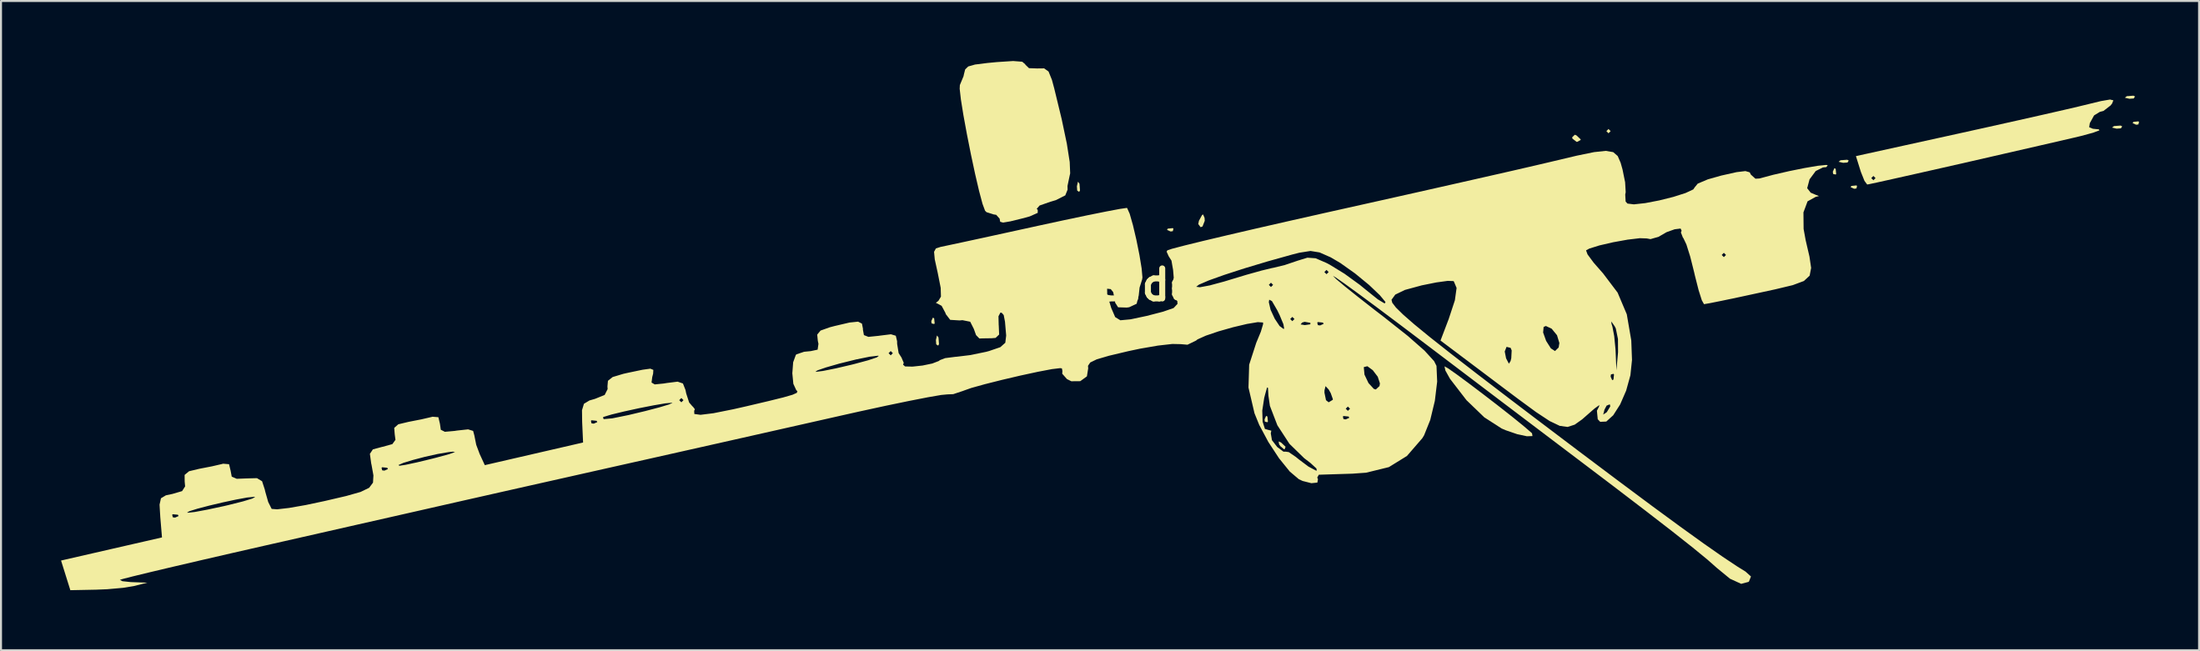
<source format=kicad_pcb>
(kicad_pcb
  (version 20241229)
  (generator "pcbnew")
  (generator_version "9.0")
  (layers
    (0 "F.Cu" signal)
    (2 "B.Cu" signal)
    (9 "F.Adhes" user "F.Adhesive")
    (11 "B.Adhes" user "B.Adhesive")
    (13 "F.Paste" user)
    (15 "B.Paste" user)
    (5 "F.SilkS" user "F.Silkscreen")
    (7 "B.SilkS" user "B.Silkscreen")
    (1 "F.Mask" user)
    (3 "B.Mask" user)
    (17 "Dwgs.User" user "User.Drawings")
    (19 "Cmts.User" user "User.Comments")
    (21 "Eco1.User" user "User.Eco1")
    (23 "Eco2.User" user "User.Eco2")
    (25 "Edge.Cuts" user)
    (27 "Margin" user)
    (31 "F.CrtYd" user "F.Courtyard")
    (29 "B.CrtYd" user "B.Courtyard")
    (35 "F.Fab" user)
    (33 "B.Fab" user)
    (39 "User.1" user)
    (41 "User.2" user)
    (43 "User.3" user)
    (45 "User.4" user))
  (footprint "TE_Side"
    (layer "F.Cu")
    (at 52.44 11.188)
    (property "Reference" "TE_Side" (at 0 0 0) (layer "F.SilkS") (effects (font (size 1.5 1.5) (thickness 0.3))))
    (attr board_only exclude_from_pos_files exclude_from_bom)
    (fp_poly (pts (xy 24.973 -7.684) (xy 24.866 -7.577) (xy 24.76 -7.684) (xy 24.866 -7.791)) (stroke (width 0) (type solid)) (fill yes) (layer "F.SilkS"))
    (fp_poly (pts (xy -8.822 1.672) (xy -8.797 1.925) (xy -8.822 1.957) (xy -8.949 1.927) (xy -8.965 1.814) (xy -8.887 1.639)) (stroke (width 0) (type solid)) (fill yes) (layer "F.SilkS"))
    (fp_poly (pts (xy -8.605 2.628) (xy -8.58 2.962) (xy -8.622 3.037) (xy -8.719 2.973) (xy -8.734 2.757) (xy -8.682 2.529)) (stroke (width 0) (type solid)) (fill yes) (layer "F.SilkS"))
    (fp_poly (pts (xy -1.562 -5.056) (xy -1.536 -4.722) (xy -1.579 -4.647) (xy -1.676 -4.711) (xy -1.691 -4.927) (xy -1.639 -5.155)) (stroke (width 0) (type solid)) (fill yes) (layer "F.SilkS"))
    (fp_poly (pts (xy 3.131 -2.81) (xy 3.101 -2.683) (xy 2.988 -2.668) (xy 2.813 -2.746) (xy 2.846 -2.81) (xy 3.099 -2.836)) (stroke (width 0) (type solid)) (fill yes) (layer "F.SilkS"))
    (fp_poly (pts (xy 7.826 6.581) (xy 7.852 6.835) (xy 7.826 6.866) (xy 7.699 6.837) (xy 7.684 6.724) (xy 7.762 6.548)) (stroke (width 0) (type solid)) (fill yes) (layer "F.SilkS"))
    (fp_poly (pts (xy 36.215 -5.799) (xy 36.24 -5.545) (xy 36.215 -5.514) (xy 36.088 -5.543) (xy 36.072 -5.656) (xy 36.15 -5.832)) (stroke (width 0) (type solid)) (fill yes) (layer "F.SilkS"))
    (fp_poly (pts (xy 36.868 -6.212) (xy 36.805 -6.115) (xy 36.588 -6.1) (xy 36.36 -6.152) (xy 36.459 -6.229) (xy 36.793 -6.254)) (stroke (width 0) (type solid)) (fill yes) (layer "F.SilkS"))
    (fp_poly (pts (xy 37.282 -4.945) (xy 37.252 -4.818) (xy 37.139 -4.803) (xy 36.964 -4.881) (xy 36.997 -4.945) (xy 37.251 -4.97)) (stroke (width 0) (type solid)) (fill yes) (layer "F.SilkS"))
    (fp_poly (pts (xy 50.529 -7.92) (xy 50.465 -7.823) (xy 50.249 -7.808) (xy 50.021 -7.86) (xy 50.12 -7.937) (xy 50.453 -7.962)) (stroke (width 0) (type solid)) (fill yes) (layer "F.SilkS"))
    (fp_poly (pts (xy 51.169 -9.414) (xy 51.105 -9.317) (xy 50.889 -9.302) (xy 50.661 -9.354) (xy 50.76 -9.431) (xy 51.094 -9.456)) (stroke (width 0) (type solid)) (fill yes) (layer "F.SilkS"))
    (fp_poly (pts (xy 51.369 -8.146) (xy 51.34 -8.02) (xy 51.227 -8.004) (xy 51.051 -8.082) (xy 51.085 -8.146) (xy 51.338 -8.172)) (stroke (width 0) (type solid)) (fill yes) (layer "F.SilkS"))
    (fp_poly (pts (xy 8.505 7.877) (xy 8.734 8.092) (xy 8.687 8.216) (xy 8.657 8.218) (xy 8.477 8.066) (xy 8.411 7.971) (xy 8.386 7.825)) (stroke (width 0) (type solid)) (fill yes) (layer "F.SilkS"))
    (fp_poly (pts (xy 4.687 -3.348) (xy 4.696 -3.202) (xy 4.584 -2.918) (xy 4.489 -2.882) (xy 4.372 -3.038) (xy 4.405 -3.202) (xy 4.557 -3.483) (xy 4.612 -3.522)) (stroke (width 0) (type solid)) (fill yes) (layer "F.SilkS"))
    (fp_poly (pts (xy 23.266 -7.471) (xy 23.469 -7.279) (xy 23.479 -7.245) (xy 23.314 -7.153) (xy 23.266 -7.15) (xy 23.06 -7.315) (xy 23.052 -7.376) (xy 23.183 -7.504)) (stroke (width 0) (type solid)) (fill yes) (layer "F.SilkS"))
    (fp_poly (pts (xy 16.852 4.172) (xy 17.289 4.479) (xy 17.905 4.935) (xy 18.625 5.48) (xy 19.372 6.056) (xy 20.069 6.604) (xy 20.638 7.066) (xy 21.005 7.381) (xy 21.046 7.421) (xy 21.068 7.558) (xy 20.789 7.567) (xy 20.31 7.465) (xy 19.732 7.267) (xy 19.528 7.179) (xy 18.664 6.624) (xy 17.771 5.764) (xy 16.954 4.703) (xy 16.94 4.682) (xy 16.718 4.283) (xy 16.673 4.072) (xy 16.673 4.072)) (stroke (width 0) (type solid)) (fill yes) (layer "F.SilkS"))
    (fp_poly (pts (xy 50.088 -9.223) (xy 50.023 -9.062) (xy 49.946 -8.965) (xy 49.595 -8.694) (xy 49.409 -8.645) (xy 49.124 -8.469) (xy 48.912 -8.084) (xy 48.879 -7.88) (xy 49.061 -7.803) (xy 49.359 -7.773) (xy 49.393 -7.723) (xy 49.073 -7.604) (xy 48.464 -7.439) (xy 48.132 -7.36) (xy 46.387 -6.957) (xy 44.674 -6.564) (xy 43.043 -6.19) (xy 41.544 -5.849) (xy 40.228 -5.552) (xy 39.146 -5.309) (xy 38.349 -5.132) (xy 37.885 -5.033) (xy 37.789 -5.016) (xy 37.654 -5.197) (xy 37.598 -5.336) (xy 37.993 -5.336) (xy 38.1 -5.229) (xy 38.207 -5.336) (xy 38.1 -5.443) (xy 37.993 -5.336) (xy 37.598 -5.336) (xy 37.476 -5.641) (xy 37.449 -5.725) (xy 37.227 -6.435) (xy 42.359 -7.564) (xy 43.855 -7.895) (xy 45.279 -8.213) (xy 46.556 -8.501) (xy 47.611 -8.742) (xy 48.369 -8.919) (xy 48.657 -8.989) (xy 49.465 -9.185) (xy 49.921 -9.263)) (stroke (width 0) (type solid)) (fill yes) (layer "F.SilkS"))
    (fp_poly (pts (xy -4.423 -11.153) (xy -4.27 -11.025) (xy -4.269 -11.008) (xy -4.084 -10.831) (xy -3.682 -10.817) (xy -3.327 -10.821) (xy -3.107 -10.663) (xy -2.938 -10.245) (xy -2.823 -9.818) (xy -2.454 -8.297) (xy -2.194 -7.059) (xy -2.05 -6.139) (xy -2.027 -5.574) (xy -2.054 -5.453) (xy -2.161 -4.944) (xy -2.156 -4.76) (xy -2.271 -4.473) (xy -2.734 -4.239) (xy -3.013 -4.155) (xy -3.554 -3.966) (xy -3.699 -3.8) (xy -3.648 -3.747) (xy -3.648 -3.599) (xy -4.044 -3.423) (xy -4.346 -3.338) (xy -5.02 -3.173) (xy -5.379 -3.113) (xy -5.523 -3.153) (xy -5.55 -3.293) (xy -5.55 -3.308) (xy -5.722 -3.5) (xy -5.857 -3.522) (xy -6.209 -3.634) (xy -6.28 -3.708) (xy -6.406 -4.048) (xy -6.578 -4.693) (xy -6.778 -5.551) (xy -6.987 -6.53) (xy -7.187 -7.536) (xy -7.36 -8.479) (xy -7.486 -9.264) (xy -7.547 -9.8) (xy -7.538 -9.987) (xy -7.355 -10.428) (xy -7.333 -10.532) (xy -7.273 -10.767) (xy -7.121 -10.916) (xy -6.782 -11.012) (xy -6.16 -11.09) (xy -5.687 -11.135) (xy -4.875 -11.188)) (stroke (width 0) (type solid)) (fill yes) (layer "F.SilkS"))
    (fp_poly (pts (xy 25.101 -6.634) (xy 25.326 -6.439) (xy 25.472 -6.104) (xy 25.566 -5.772) (xy 25.696 -5.132) (xy 25.725 -4.635) (xy 25.702 -4.513) (xy 25.722 -4.163) (xy 25.815 -4.063) (xy 26.135 -4.024) (xy 26.702 -4.086) (xy 27.398 -4.22) (xy 28.107 -4.397) (xy 28.714 -4.59) (xy 29.1 -4.77) (xy 29.177 -4.88) (xy 29.324 -5.06) (xy 29.828 -5.273) (xy 30.501 -5.463) (xy 31.264 -5.634) (xy 31.707 -5.687) (xy 31.92 -5.625) (xy 31.981 -5.508) (xy 32.207 -5.306) (xy 32.408 -5.317) (xy 33.098 -5.502) (xy 33.89 -5.684) (xy 34.669 -5.841) (xy 35.323 -5.952) (xy 35.736 -5.994) (xy 35.819 -5.981) (xy 35.748 -5.886) (xy 35.582 -5.87) (xy 35.219 -5.691) (xy 34.91 -5.274) (xy 34.792 -4.832) (xy 34.968 -4.607) (xy 35.165 -4.523) (xy 35.38 -4.438) (xy 35.218 -4.399) (xy 34.811 -4.175) (xy 34.605 -3.622) (xy 34.613 -2.795) (xy 34.716 -2.23) (xy 34.905 -1.416) (xy 34.989 -0.847) (xy 34.915 -0.46) (xy 34.627 -0.193) (xy 34.071 0.014) (xy 33.193 0.224) (xy 32.39 0.398) (xy 31.386 0.615) (xy 30.537 0.793) (xy 29.928 0.915) (xy 29.644 0.964) (xy 29.637 0.965) (xy 29.528 0.77) (xy 29.366 0.259) (xy 29.182 -0.467) (xy 29.143 -0.636) (xy 28.948 -1.415) (xy 28.923 -1.494) (xy 30.523 -1.494) (xy 30.629 -1.387) (xy 30.736 -1.494) (xy 30.629 -1.601) (xy 30.523 -1.494) (xy 28.923 -1.494) (xy 28.757 -2.021) (xy 28.605 -2.34) (xy 28.585 -2.358) (xy 28.483 -2.618) (xy 28.518 -2.706) (xy 28.468 -2.815) (xy 28.171 -2.778) (xy 27.766 -2.633) (xy 27.393 -2.417) (xy 27.377 -2.405) (xy 26.963 -2.286) (xy 26.783 -2.32) (xy 26.433 -2.333) (xy 25.823 -2.26) (xy 25.1 -2.13) (xy 24.412 -1.971) (xy 23.906 -1.813) (xy 23.745 -1.725) (xy 23.819 -1.523) (xy 24.126 -1.108) (xy 24.595 -0.573) (xy 25.321 0.387) (xy 25.78 1.471) (xy 26.004 2.78) (xy 26.04 3.754) (xy 25.96 4.52) (xy 25.748 5.286) (xy 25.448 5.977) (xy 25.103 6.517) (xy 24.756 6.832) (xy 24.451 6.846) (xy 24.329 6.717) (xy 24.306 6.483) (xy 24.602 6.483) (xy 24.758 6.381) (xy 24.786 6.354) (xy 24.955 6.074) (xy 24.932 5.971) (xy 24.773 6.035) (xy 24.667 6.234) (xy 24.602 6.483) (xy 24.306 6.483) (xy 24.287 6.289) (xy 24.39 6.09) (xy 24.41 6.007) (xy 24.172 6.179) (xy 24.004 6.324) (xy 23.55 6.722) (xy 23.178 6.987) (xy 22.826 7.101) (xy 22.429 7.047) (xy 21.925 6.806) (xy 21.25 6.36) (xy 20.341 5.693) (xy 19.492 5.055) (xy 18.874 4.589) (xy 24.973 4.589) (xy 25.051 4.765) (xy 25.115 4.731) (xy 25.141 4.478) (xy 25.115 4.447) (xy 24.989 4.476) (xy 24.973 4.589) (xy 18.874 4.589) (xy 17.201 3.33) (xy 19.682 3.33) (xy 19.75 3.673) (xy 19.89 3.94) (xy 19.974 3.808) (xy 20.009 3.665) (xy 20.029 3.277) (xy 19.976 3.149) (xy 19.773 3.099) (xy 19.682 3.33) (xy 17.201 3.33) (xy 16.474 2.783) (xy 16.627 2.381) (xy 21.6 2.381) (xy 21.751 2.802) (xy 21.987 3.174) (xy 22.194 3.308) (xy 22.375 3.131) (xy 22.412 2.908) (xy 22.294 2.518) (xy 22.027 2.191) (xy 21.738 2.056) (xy 21.625 2.103) (xy 21.6 2.381) (xy 16.627 2.381) (xy 16.837 1.828) (xy 25.007 1.828) (xy 25.015 1.94) (xy 25.064 2.099) (xy 25.151 2.559) (xy 25.215 3.211) (xy 25.224 3.379) (xy 25.261 4.269) (xy 25.343 3.365) (xy 25.339 2.706) (xy 25.231 2.181) (xy 25.183 2.084) (xy 25.007 1.828) (xy 16.837 1.828) (xy 16.882 1.712) (xy 17.192 0.77) (xy 17.277 0.154) (xy 17.141 -0.171) (xy 17.115 -0.189) (xy 16.833 -0.199) (xy 16.262 -0.121) (xy 15.536 0.025) (xy 14.696 0.253) (xy 14.215 0.486) (xy 14.026 0.744) (xy 14.063 0.893) (xy 14.246 1.132) (xy 14.603 1.483) (xy 15.158 1.968) (xy 15.938 2.607) (xy 16.969 3.421) (xy 18.276 4.433) (xy 19.885 5.664) (xy 21.049 6.548) (xy 23.351 8.289) (xy 25.338 9.782) (xy 27.032 11.044) (xy 28.456 12.089) (xy 29.629 12.933) (xy 30.574 13.593) (xy 31.313 14.084) (xy 31.713 14.332) (xy 31.984 14.576) (xy 31.882 14.829) (xy 31.868 14.844) (xy 31.495 14.944) (xy 30.936 14.688) (xy 30.286 14.154) (xy 29.815 13.738) (xy 29.078 13.133) (xy 28.056 12.325) (xy 26.733 11.302) (xy 25.093 10.049) (xy 23.906 9.15) (xy 22.529 8.108) (xy 20.929 6.897) (xy 19.224 5.606) (xy 17.532 4.323) (xy 15.969 3.138) (xy 15.528 2.804) (xy 14.342 1.908) (xy 13.277 1.11) (xy 12.375 0.443) (xy 11.682 -0.061) (xy 11.242 -0.368) (xy 11.099 -0.45) (xy 11.26 -0.29) (xy 11.701 0.08) (xy 12.366 0.612) (xy 13.193 1.259) (xy 13.638 1.601) (xy 14.839 2.552) (xy 15.676 3.288) (xy 16.153 3.811) (xy 16.273 4.049) (xy 16.307 4.833) (xy 16.191 5.796) (xy 15.961 6.753) (xy 15.654 7.518) (xy 15.564 7.666) (xy 14.797 8.552) (xy 13.893 9.11) (xy 12.759 9.388) (xy 12.076 9.437) (xy 11.304 9.461) (xy 10.703 9.48) (xy 10.398 9.49) (xy 10.393 9.491) (xy 10.316 9.632) (xy 10.352 9.712) (xy 10.322 9.883) (xy 10.022 9.913) (xy 9.586 9.802) (xy 9.398 9.715) (xy 8.943 9.33) (xy 8.408 8.669) (xy 7.873 7.853) (xy 7.418 7.002) (xy 7.181 6.419) (xy 7.15 6.286) (xy 7.569 6.286) (xy 7.587 6.839) (xy 7.702 7.201) (xy 7.897 7.257) (xy 7.901 7.255) (xy 8.022 7.29) (xy 7.994 7.42) (xy 8.053 7.763) (xy 8.317 8.104) (xy 8.628 8.337) (xy 8.751 8.338) (xy 8.893 8.359) (xy 9.248 8.602) (xy 9.408 8.732) (xy 9.879 9.084) (xy 10.236 9.274) (xy 10.294 9.285) (xy 10.273 9.176) (xy 9.971 8.898) (xy 9.665 8.664) (xy 8.926 7.944) (xy 8.324 7.019) (xy 8.155 6.581) (xy 11.597 6.581) (xy 11.626 6.708) (xy 11.739 6.724) (xy 11.915 6.645) (xy 11.882 6.581) (xy 11.628 6.556) (xy 11.597 6.581) (xy 8.155 6.581) (xy 8.005 6.19) (xy 11.739 6.19) (xy 11.846 6.297) (xy 11.953 6.19) (xy 11.846 6.083) (xy 11.739 6.19) (xy 8.005 6.19) (xy 7.951 6.049) (xy 7.876 5.536) (xy 7.868 5.389) (xy 10.676 5.389) (xy 10.753 5.764) (xy 10.886 5.87) (xy 11.091 5.747) (xy 11.096 5.71) (xy 10.989 5.41) (xy 10.886 5.229) (xy 10.73 5.062) (xy 10.678 5.274) (xy 10.676 5.389) (xy 7.868 5.389) (xy 7.855 5.147) (xy 7.81 5.127) (xy 7.706 5.497) (xy 7.665 5.656) (xy 7.569 6.286) (xy 7.15 6.286) (xy 6.881 5.134) (xy 6.911 4.122) (xy 12.642 4.122) (xy 12.675 4.485) (xy 12.877 4.91) (xy 13.141 5.198) (xy 13.241 5.229) (xy 13.426 5.058) (xy 13.447 4.924) (xy 13.338 4.591) (xy 13.091 4.266) (xy 12.821 4.067) (xy 12.647 4.109) (xy 12.642 4.122) (xy 6.911 4.122) (xy 6.915 3.99) (xy 7.266 2.903) (xy 7.498 2.342) (xy 7.611 1.963) (xy 7.608 1.881) (xy 7.345 1.863) (xy 6.803 1.954) (xy 6.107 2.119) (xy 5.381 2.325) (xy 4.75 2.539) (xy 4.336 2.725) (xy 4.259 2.786) (xy 3.833 2.992) (xy 3.497 2.963) (xy 3.077 2.954) (xy 2.36 3.035) (xy 1.463 3.19) (xy 0.881 3.313) (xy -0.084 3.542) (xy -0.697 3.721) (xy -1.025 3.88) (xy -1.137 4.047) (xy -1.127 4.172) (xy -1.191 4.573) (xy -1.523 4.814) (xy -1.97 4.818) (xy -2.188 4.709) (xy -2.424 4.442) (xy -2.416 4.301) (xy -2.441 4.174) (xy -2.529 4.162) (xy -2.942 4.212) (xy -3.64 4.345) (xy -4.507 4.532) (xy -5.429 4.748) (xy -6.287 4.964) (xy -6.967 5.153) (xy -7.352 5.289) (xy -7.364 5.295) (xy -7.869 5.463) (xy -8.161 5.474) (xy -8.469 5.503) (xy -9.128 5.617) (xy -10.076 5.802) (xy -11.249 6.045) (xy -12.583 6.335) (xy -13.391 6.516) (xy -15.048 6.89) (xy -16.986 7.327) (xy -19.066 7.796) (xy -21.153 8.265) (xy -23.11 8.705) (xy -23.906 8.883) (xy -25.586 9.26) (xy -27.296 9.645) (xy -28.943 10.015) (xy -30.43 10.35) (xy -31.663 10.629) (xy -32.337 10.781) (xy -33.236 10.985) (xy -34.476 11.267) (xy -35.98 11.608) (xy -37.675 11.992) (xy -39.483 12.403) (xy -41.33 12.822) (xy -42.262 13.033) (xy -43.945 13.417) (xy -45.493 13.774) (xy -46.856 14.092) (xy -47.986 14.36) (xy -48.835 14.566) (xy -49.355 14.699) (xy -49.501 14.745) (xy -49.377 14.811) (xy -48.957 14.856) (xy -48.861 14.86) (xy -48.132 14.885) (xy -48.772 15.048) (xy -49.344 15.143) (xy -50.135 15.213) (xy -50.694 15.236) (xy -51.976 15.261) (xy -52.208 14.52) (xy -52.44 13.779) (xy -49.919 13.201) (xy -47.398 12.624) (xy -47.483 11.601) (xy -47.489 11.49) (xy -46.887 11.49) (xy -46.858 11.617) (xy -46.745 11.633) (xy -46.569 11.555) (xy -46.602 11.49) (xy -46.856 11.465) (xy -46.887 11.49) (xy -47.489 11.49) (xy -47.496 11.383) (xy -46.144 11.383) (xy -46.104 11.39) (xy -45.756 11.351) (xy -45.115 11.232) (xy -44.304 11.058) (xy -44.076 11.005) (xy -43.356 10.824) (xy -42.89 10.683) (xy -42.745 10.604) (xy -42.796 10.594) (xy -43.142 10.629) (xy -43.697 10.731) (xy -44.364 10.874) (xy -45.041 11.034) (xy -45.63 11.189) (xy -46.03 11.313) (xy -46.144 11.383) (xy -47.496 11.383) (xy -47.519 10.985) (xy -47.449 10.667) (xy -47.204 10.52) (xy -46.869 10.448) (xy -46.394 10.309) (xy -46.242 10.073) (xy -46.264 9.828) (xy -46.267 9.499) (xy -46.044 9.315) (xy -45.537 9.194) (xy -44.9 9.07) (xy -44.399 8.954) (xy -44.343 8.939) (xy -44.047 8.964) (xy -43.97 9.287) (xy -43.913 9.586) (xy -43.663 9.693) (xy -43.18 9.675) (xy -42.653 9.661) (xy -42.397 9.815) (xy -42.259 10.24) (xy -42.243 10.319) (xy -42.091 10.853) (xy -41.924 11.187) (xy -41.912 11.199) (xy -41.643 11.219) (xy -41.049 11.15) (xy -40.218 11.005) (xy -39.274 10.805) (xy -38.197 10.554) (xy -37.476 10.35) (xy -37.049 10.143) (xy -36.856 9.885) (xy -36.835 9.525) (xy -36.903 9.143) (xy -36.428 9.143) (xy -36.399 9.269) (xy -36.286 9.285) (xy -36.11 9.207) (xy -36.143 9.143) (xy -36.397 9.117) (xy -36.428 9.143) (xy -36.903 9.143) (xy -36.926 9.014) (xy -36.928 9.004) (xy -35.583 9.004) (xy -35.539 9.042) (xy -35.241 8.997) (xy -34.649 8.87) (xy -33.88 8.684) (xy -33.724 8.644) (xy -33.043 8.459) (xy -32.757 8.356) (xy -32.873 8.337) (xy -33.074 8.359) (xy -33.631 8.454) (xy -34.263 8.595) (xy -34.867 8.753) (xy -35.341 8.898) (xy -35.583 9.004) (xy -36.928 9.004) (xy -36.947 8.917) (xy -37.011 8.446) (xy -36.863 8.223) (xy -36.4 8.098) (xy -36.371 8.093) (xy -35.889 7.96) (xy -35.734 7.746) (xy -35.77 7.474) (xy -35.796 7.149) (xy -35.592 6.969) (xy -35.075 6.846) (xy -34.439 6.722) (xy -33.938 6.606) (xy -33.884 6.591) (xy -33.59 6.615) (xy -33.511 6.95) (xy -33.469 7.242) (xy -33.265 7.344) (xy -32.782 7.301) (xy -32.657 7.282) (xy -32.104 7.222) (xy -31.854 7.3) (xy -31.794 7.521) (xy -31.699 7.994) (xy -31.527 8.454) (xy -31.27 9.011) (xy -28.815 8.445) (xy -26.361 7.879) (xy -26.406 6.879) (xy -26.408 6.795) (xy -25.969 6.795) (xy -25.94 6.922) (xy -25.827 6.937) (xy -25.651 6.859) (xy -25.685 6.795) (xy -25.938 6.769) (xy -25.969 6.795) (xy -26.408 6.795) (xy -26.41 6.623) (xy -25.37 6.623) (xy -25.33 6.711) (xy -24.903 6.672) (xy -24.082 6.505) (xy -23.266 6.31) (xy -22.55 6.123) (xy -22.068 5.978) (xy -21.898 5.899) (xy -21.918 5.892) (xy -22.25 5.922) (xy -22.845 6.023) (xy -23.576 6.167) (xy -24.316 6.329) (xy -24.939 6.48) (xy -25.317 6.594) (xy -25.37 6.623) (xy -26.41 6.623) (xy -26.415 6.266) (xy -26.318 5.944) (xy -26.042 5.778) (xy -25.991 5.763) (xy -21.558 5.763) (xy -21.451 5.87) (xy -21.345 5.763) (xy -21.451 5.656) (xy -21.558 5.763) (xy -25.991 5.763) (xy -25.766 5.698) (xy -25.283 5.503) (xy -25.135 5.21) (xy -25.143 5.074) (xy -25.119 4.795) (xy -24.884 4.607) (xy -24.347 4.446) (xy -24.119 4.395) (xy -23.393 4.243) (xy -22.999 4.189) (xy -22.851 4.25) (xy -22.862 4.44) (xy -22.905 4.605) (xy -22.941 4.882) (xy -22.782 4.976) (xy -22.327 4.93) (xy -22.181 4.906) (xy -21.638 4.838) (xy -21.373 4.929) (xy -21.245 5.253) (xy -21.21 5.424) (xy -21.062 5.88) (xy -20.887 6.083) (xy -20.878 6.083) (xy -20.776 6.216) (xy -20.811 6.297) (xy -20.803 6.454) (xy -20.494 6.495) (xy -19.852 6.416) (xy -18.848 6.215) (xy -18.213 6.071) (xy -17.104 5.81) (xy -16.352 5.624) (xy -15.898 5.493) (xy -15.685 5.398) (xy -15.653 5.319) (xy -15.713 5.259) (xy -15.857 4.946) (xy -15.908 4.416) (xy -15.902 4.344) (xy -14.752 4.344) (xy -14.728 4.347) (xy -14.376 4.303) (xy -13.738 4.175) (xy -12.943 3.989) (xy -12.807 3.955) (xy -12.118 3.769) (xy -11.689 3.626) (xy -11.586 3.549) (xy -11.633 3.542) (xy -12.046 3.591) (xy -12.725 3.729) (xy -13.525 3.927) (xy -13.554 3.934) (xy -14.226 4.127) (xy -14.651 4.273) (xy -14.752 4.344) (xy -15.902 4.344) (xy -15.866 3.868) (xy -15.733 3.503) (xy -15.7 3.472) (xy -15.531 3.415) (xy -11.099 3.415) (xy -10.992 3.522) (xy -10.886 3.415) (xy -10.992 3.308) (xy -11.099 3.415) (xy -15.531 3.415) (xy -15.318 3.344) (xy -14.99 3.312) (xy -14.644 3.239) (xy -14.602 2.946) (xy -14.633 2.804) (xy -14.665 2.485) (xy -14.497 2.284) (xy -14.033 2.119) (xy -13.795 2.057) (xy -13.049 1.883) (xy -12.623 1.839) (xy -12.43 1.937) (xy -12.38 2.189) (xy -12.38 2.244) (xy -12.331 2.511) (xy -12.107 2.599) (xy -11.593 2.547) (xy -11.526 2.537) (xy -10.982 2.47) (xy -10.738 2.543) (xy -10.674 2.814) (xy -10.672 2.948) (xy -10.596 3.412) (xy -10.455 3.631) (xy -10.341 3.898) (xy -10.376 3.987) (xy -10.276 4.077) (xy -9.904 4.086) (xy -9.402 4.032) (xy -8.915 3.931) (xy -8.584 3.803) (xy -8.538 3.763) (xy -8.272 3.662) (xy -7.766 3.597) (xy -7.703 3.593) (xy -7.01 3.509) (xy -6.227 3.347) (xy -6.081 3.308) (xy -5.517 3.115) (xy -5.268 2.893) (xy -5.225 2.537) (xy -5.228 2.489) (xy -5.284 1.838) (xy -5.348 1.509) (xy -5.447 1.396) (xy -5.513 1.387) (xy -5.609 1.57) (xy -5.598 2.01) (xy -5.595 2.028) (xy -5.576 2.482) (xy -5.752 2.651) (xy -5.952 2.668) (xy -6.392 2.674) (xy -6.563 2.681) (xy -6.729 2.511) (xy -6.841 2.2) (xy -7.021 1.843) (xy -7.409 1.765) (xy -7.55 1.778) (xy -8.021 1.749) (xy -8.242 1.461) (xy -8.258 1.405) (xy -8.449 1.048) (xy -8.616 0.957) (xy -8.736 0.898) (xy -8.607 0.795) (xy -8.483 0.588) (xy -8.495 0.151) (xy -8.642 -0.59) (xy -8.792 -1.275) (xy -8.827 -1.651) (xy -8.734 -1.823) (xy -8.496 -1.898) (xy -8.465 -1.904) (xy -8.124 -1.976) (xy -7.435 -2.123) (xy -6.469 -2.332) (xy -5.296 -2.588) (xy -3.984 -2.875) (xy -3.629 -2.953) (xy -2.324 -3.235) (xy -1.167 -3.478) (xy -0.222 -3.668) (xy 0.452 -3.795) (xy 0.79 -3.844) (xy 0.817 -3.842) (xy 0.945 -3.557) (xy 1.108 -2.987) (xy 1.279 -2.258) (xy 1.433 -1.495) (xy 1.543 -0.824) (xy 1.583 -0.372) (xy 1.566 -0.263) (xy 1.44 0.136) (xy 1.398 0.528) (xy 1.294 0.944) (xy 0.922 1.118) (xy 0.8 1.135) (xy 0.367 1.121) (xy 0.219 0.889) (xy 0.213 0.774) (xy 0.119 0.359) (xy -0.000001 0.213) (xy -0.181 0.192) (xy -0.176 0.488) (xy 0.018 1.135) (xy 0.027 1.161) (xy 0.222 1.612) (xy 0.48 1.77) (xy 0.968 1.725) (xy 1.041 1.712) (xy 1.801 1.551) (xy 2.585 1.348) (xy 2.624 1.337) (xy 3.139 1.159) (xy 3.335 0.95) (xy 3.329 0.868) (xy 7.897 0.868) (xy 7.985 1.246) (xy 8.191 1.69) (xy 8.434 2.056) (xy 8.63 2.202) (xy 8.663 2.187) (xy 8.627 1.977) (xy 9.484 1.977) (xy 9.694 2.011) (xy 9.971 1.972) (xy 9.974 1.899) (xy 9.899 1.885) (xy 10.317 1.885) (xy 10.346 2.012) (xy 10.459 2.028) (xy 10.635 1.95) (xy 10.601 1.885) (xy 10.348 1.86) (xy 10.317 1.885) (xy 9.899 1.885) (xy 9.688 1.848) (xy 9.565 1.882) (xy 9.484 1.977) (xy 8.627 1.977) (xy 8.625 1.966) (xy 8.518 1.708) (xy 8.965 1.708) (xy 9.071 1.814) (xy 9.178 1.708) (xy 9.071 1.601) (xy 8.965 1.708) (xy 8.518 1.708) (xy 8.434 1.506) (xy 8.321 1.274) (xy 8.051 0.809) (xy 7.916 0.742) (xy 7.897 0.868) (xy 3.329 0.868) (xy 3.307 0.578) (xy 3.276 0.444) (xy 3.214 0.096) (xy 4.269 0.096) (xy 4.455 0.119) (xy 4.952 0.026) (xy 5.046 -0.000001) (xy 7.897 -0.000001) (xy 8.004 0.107) (xy 8.111 -0.000001) (xy 8.004 -0.107) (xy 7.897 -0.000001) (xy 5.046 -0.000001) (xy 5.663 -0.166) (xy 5.923 -0.245) (xy 6.776 -0.503) (xy 7.268 -0.64) (xy 10.672 -0.64) (xy 10.779 -0.534) (xy 10.886 -0.64) (xy 10.779 -0.747) (xy 10.672 -0.64) (xy 7.268 -0.64) (xy 7.531 -0.714) (xy 8.049 -0.839) (xy 8.111 -0.85) (xy 8.692 -0.991) (xy 9.342 -1.21) (xy 9.345 -1.211) (xy 9.824 -1.358) (xy 10.235 -1.329) (xy 10.767 -1.099) (xy 10.946 -1.005) (xy 11.676 -0.557) (xy 12.445 0.001) (xy 12.7 0.21) (xy 13.337 0.721) (xy 13.684 0.931) (xy 13.725 0.858) (xy 13.443 0.517) (xy 12.908 0.007) (xy 12.201 -0.574) (xy 11.465 -1.096) (xy 10.99 -1.375) (xy 10.433 -1.621) (xy 9.979 -1.694) (xy 9.422 -1.607) (xy 9.069 -1.517) (xy 7.831 -1.171) (xy 6.679 -0.825) (xy 5.679 -0.501) (xy 4.9 -0.223) (xy 4.409 -0.012) (xy 4.269 0.096) (xy 3.214 0.096) (xy 3.158 -0.217) (xy 3.114 -0.747) (xy 3.033 -1.212) (xy 2.895 -1.429) (xy 2.79 -1.661) (xy 2.831 -1.728) (xy 3.065 -1.805) (xy 3.672 -1.964) (xy 4.605 -2.193) (xy 5.82 -2.481) (xy 7.273 -2.819) (xy 8.916 -3.194) (xy 10.707 -3.598) (xy 11.375 -3.747) (xy 13.315 -4.18) (xy 15.216 -4.606) (xy 17.016 -5.012) (xy 18.655 -5.383) (xy 20.071 -5.705) (xy 21.202 -5.966) (xy 21.986 -6.15) (xy 22.069 -6.17) (xy 23.281 -6.457) (xy 24.146 -6.635) (xy 24.73 -6.697)) (stroke (width 0) (type solid)) (fill yes) (layer "F.SilkS")))
  (gr_rect
    (start -3 -3)
    (end 106.809 29.449)
    (stroke (width 0.1) (type default))
    (fill no)
    (layer "Edge.Cuts")))
</source>
